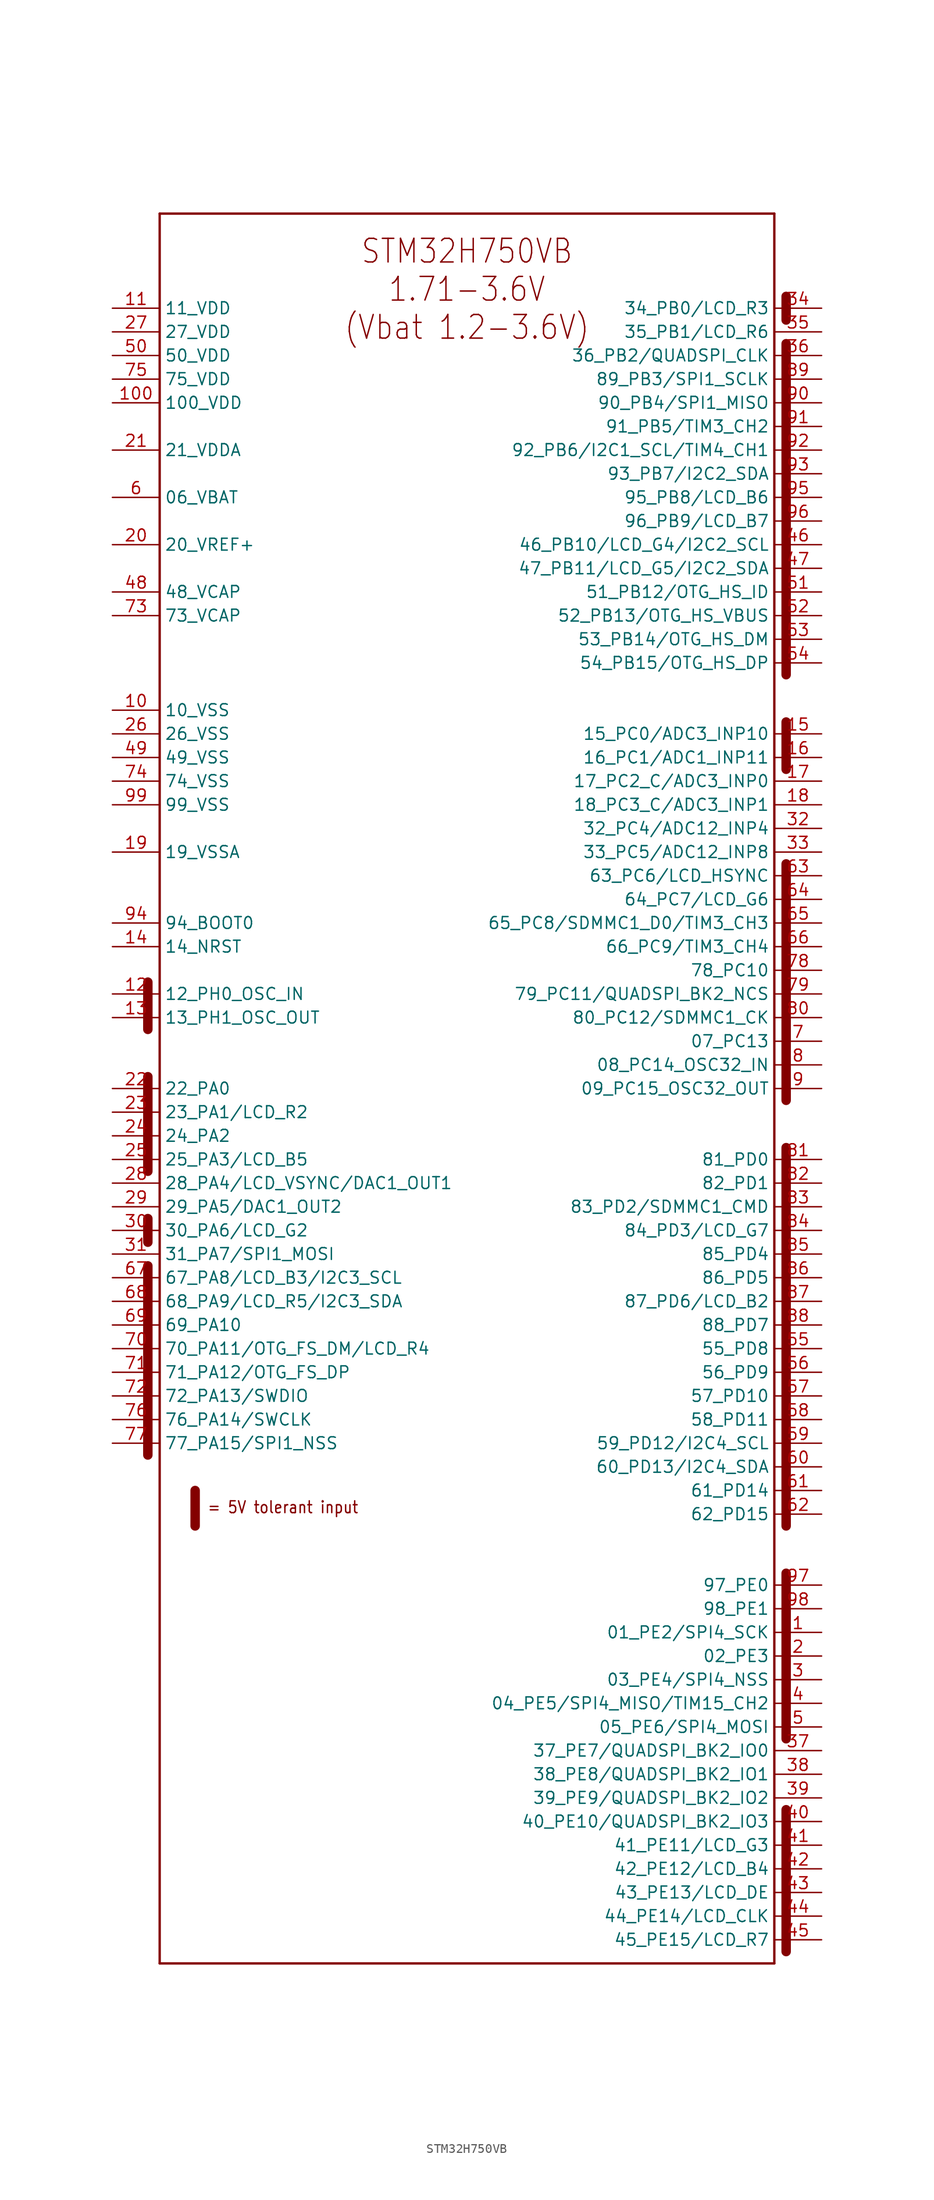
<source format=kicad_sym>
(kicad_symbol_lib
  (version 20220914)
  (generator kicad_symbol_editor)
  (symbol "STM32H750VB"
    (property "Reference" "U"
      (at 0 0 0)
      (effects (font (size 1.27 1.27)) hide))
    (property "ki_locked" ""
      (at 0 0 0)
      (effects (font (size 1.27 1.27))))
    (symbol "STM32H750VB_1_0"
      (polyline (pts (xy -34.29 -59.69) (xy -34.29 -39.37)) (stroke (width 1.016) (type solid)) (fill (type none)))
      (polyline (pts (xy -34.29 -36.83) (xy -34.29 -34.29)) (stroke (width 1.016) (type solid)) (fill (type none)))
      (polyline (pts (xy -34.29 -29.21) (xy -34.29 -19.05)) (stroke (width 1.016) (type solid)) (fill (type none)))
      (polyline (pts (xy -34.29 -13.97) (xy -34.29 -8.89)) (stroke (width 1.016) (type solid)) (fill (type none)))
      (polyline (pts (xy -33.02 -114.3) (xy -33.02 73.66)) (stroke (width 0.254) (type solid)) (fill (type none)))
      (polyline (pts (xy -33.02 73.66) (xy 33.02 73.66)) (stroke (width 0.254) (type solid)) (fill (type none)))
      (polyline (pts (xy -29.21 -67.31) (xy -29.21 -63.5)) (stroke (width 1.016) (type solid)) (fill (type none)))
      (polyline (pts (xy 33.02 -114.3) (xy -33.02 -114.3)) (stroke (width 0.254) (type solid)) (fill (type none)))
      (polyline (pts (xy 33.02 73.66) (xy 33.02 -114.3)) (stroke (width 0.254) (type solid)) (fill (type none)))
      (polyline (pts (xy 34.29 -113.03) (xy 34.29 -97.79)) (stroke (width 1.016) (type solid)) (fill (type none)))
      (polyline (pts (xy 34.29 -90.17) (xy 34.29 -72.39)) (stroke (width 1.016) (type solid)) (fill (type none)))
      (polyline (pts (xy 34.29 -67.31) (xy 34.29 -26.67)) (stroke (width 1.016) (type solid)) (fill (type none)))
      (polyline (pts (xy 34.29 -21.59) (xy 34.29 3.81)) (stroke (width 1.016) (type solid)) (fill (type none)))
      (polyline (pts (xy 34.29 13.97) (xy 34.29 19.05)) (stroke (width 1.016) (type solid)) (fill (type none)))
      (polyline (pts (xy 34.29 24.13) (xy 34.29 59.69)) (stroke (width 1.016) (type solid)) (fill (type none)))
      (polyline (pts (xy 34.29 62.23) (xy 34.29 64.77)) (stroke (width 1.016) (type solid)) (fill (type none)))
      (text "= 5V tolerant input" (at -27.94 -66.04 0) (effects (font (size 1.27 1.079)) (justify left bottom)))
      (text "STM32H750VB\n1.71-3.6V\n(Vbat 1.2-3.6V)" (at 0 71.12 0) (effects (font (size 2.54 2.159)) (justify top)))
      (pin bidirectional line (at 38.1 -78.74 180) (length 5.08) (name "01_PE2/SPI4_SCK" (effects (font (size 1.27 1.27)))) (number "1" (effects (font (size 1.27 1.27)))))
      (pin bidirectional line (at -38.1 20.32 0) (length 5.08) (name "10_VSS" (effects (font (size 1.27 1.27)))) (number "10" (effects (font (size 1.27 1.27)))))
      (pin bidirectional line (at -38.1 53.34 0) (length 5.08) (name "100_VDD" (effects (font (size 1.27 1.27)))) (number "100" (effects (font (size 1.27 1.27)))))
      (pin bidirectional line (at -38.1 63.5 0) (length 5.08) (name "11_VDD" (effects (font (size 1.27 1.27)))) (number "11" (effects (font (size 1.27 1.27)))))
      (pin bidirectional line (at -38.1 -10.16 0) (length 5.08) (name "12_PH0_OSC_IN" (effects (font (size 1.27 1.27)))) (number "12" (effects (font (size 1.27 1.27)))))
      (pin bidirectional line (at -38.1 -12.7 0) (length 5.08) (name "13_PH1_OSC_OUT" (effects (font (size 1.27 1.27)))) (number "13" (effects (font (size 1.27 1.27)))))
      (pin bidirectional line (at -38.1 -5.08 0) (length 5.08) (name "14_NRST" (effects (font (size 1.27 1.27)))) (number "14" (effects (font (size 1.27 1.27)))))
      (pin bidirectional line (at 38.1 17.78 180) (length 5.08) (name "15_PC0/ADC3_INP10" (effects (font (size 1.27 1.27)))) (number "15" (effects (font (size 1.27 1.27)))))
      (pin bidirectional line (at 38.1 15.24 180) (length 5.08) (name "16_PC1/ADC1_INP11" (effects (font (size 1.27 1.27)))) (number "16" (effects (font (size 1.27 1.27)))))
      (pin bidirectional line (at 38.1 12.7 180) (length 5.08) (name "17_PC2_C/ADC3_INP0" (effects (font (size 1.27 1.27)))) (number "17" (effects (font (size 1.27 1.27)))))
      (pin bidirectional line (at 38.1 10.16 180) (length 5.08) (name "18_PC3_C/ADC3_INP1" (effects (font (size 1.27 1.27)))) (number "18" (effects (font (size 1.27 1.27)))))
      (pin bidirectional line (at -38.1 5.08 0) (length 5.08) (name "19_VSSA" (effects (font (size 1.27 1.27)))) (number "19" (effects (font (size 1.27 1.27)))))
      (pin bidirectional line (at 38.1 -81.28 180) (length 5.08) (name "02_PE3" (effects (font (size 1.27 1.27)))) (number "2" (effects (font (size 1.27 1.27)))))
      (pin bidirectional line (at -38.1 38.1 0) (length 5.08) (name "20_VREF+" (effects (font (size 1.27 1.27)))) (number "20" (effects (font (size 1.27 1.27)))))
      (pin bidirectional line (at -38.1 48.26 0) (length 5.08) (name "21_VDDA" (effects (font (size 1.27 1.27)))) (number "21" (effects (font (size 1.27 1.27)))))
      (pin bidirectional line (at -38.1 -20.32 0) (length 5.08) (name "22_PA0" (effects (font (size 1.27 1.27)))) (number "22" (effects (font (size 1.27 1.27)))))
      (pin bidirectional line (at -38.1 -22.86 0) (length 5.08) (name "23_PA1/LCD_R2" (effects (font (size 1.27 1.27)))) (number "23" (effects (font (size 1.27 1.27)))))
      (pin bidirectional line (at -38.1 -25.4 0) (length 5.08) (name "24_PA2" (effects (font (size 1.27 1.27)))) (number "24" (effects (font (size 1.27 1.27)))))
      (pin bidirectional line (at -38.1 -27.94 0) (length 5.08) (name "25_PA3/LCD_B5" (effects (font (size 1.27 1.27)))) (number "25" (effects (font (size 1.27 1.27)))))
      (pin bidirectional line (at -38.1 17.78 0) (length 5.08) (name "26_VSS" (effects (font (size 1.27 1.27)))) (number "26" (effects (font (size 1.27 1.27)))))
      (pin bidirectional line (at -38.1 60.96 0) (length 5.08) (name "27_VDD" (effects (font (size 1.27 1.27)))) (number "27" (effects (font (size 1.27 1.27)))))
      (pin bidirectional line (at -38.1 -30.48 0) (length 5.08) (name "28_PA4/LCD_VSYNC/DAC1_OUT1" (effects (font (size 1.27 1.27)))) (number "28" (effects (font (size 1.27 1.27)))))
      (pin bidirectional line (at -38.1 -33.02 0) (length 5.08) (name "29_PA5/DAC1_OUT2" (effects (font (size 1.27 1.27)))) (number "29" (effects (font (size 1.27 1.27)))))
      (pin bidirectional line (at 38.1 -83.82 180) (length 5.08) (name "03_PE4/SPI4_NSS" (effects (font (size 1.27 1.27)))) (number "3" (effects (font (size 1.27 1.27)))))
      (pin bidirectional line (at -38.1 -35.56 0) (length 5.08) (name "30_PA6/LCD_G2" (effects (font (size 1.27 1.27)))) (number "30" (effects (font (size 1.27 1.27)))))
      (pin bidirectional line (at -38.1 -38.1 0) (length 5.08) (name "31_PA7/SPI1_MOSI" (effects (font (size 1.27 1.27)))) (number "31" (effects (font (size 1.27 1.27)))))
      (pin bidirectional line (at 38.1 7.62 180) (length 5.08) (name "32_PC4/ADC12_INP4" (effects (font (size 1.27 1.27)))) (number "32" (effects (font (size 1.27 1.27)))))
      (pin bidirectional line (at 38.1 5.08 180) (length 5.08) (name "33_PC5/ADC12_INP8" (effects (font (size 1.27 1.27)))) (number "33" (effects (font (size 1.27 1.27)))))
      (pin bidirectional line (at 38.1 63.5 180) (length 5.08) (name "34_PB0/LCD_R3" (effects (font (size 1.27 1.27)))) (number "34" (effects (font (size 1.27 1.27)))))
      (pin bidirectional line (at 38.1 60.96 180) (length 5.08) (name "35_PB1/LCD_R6" (effects (font (size 1.27 1.27)))) (number "35" (effects (font (size 1.27 1.27)))))
      (pin bidirectional line (at 38.1 58.42 180) (length 5.08) (name "36_PB2/QUADSPI_CLK" (effects (font (size 1.27 1.27)))) (number "36" (effects (font (size 1.27 1.27)))))
      (pin bidirectional line (at 38.1 -91.44 180) (length 5.08) (name "37_PE7/QUADSPI_BK2_IO0" (effects (font (size 1.27 1.27)))) (number "37" (effects (font (size 1.27 1.27)))))
      (pin bidirectional line (at 38.1 -93.98 180) (length 5.08) (name "38_PE8/QUADSPI_BK2_IO1" (effects (font (size 1.27 1.27)))) (number "38" (effects (font (size 1.27 1.27)))))
      (pin bidirectional line (at 38.1 -96.52 180) (length 5.08) (name "39_PE9/QUADSPI_BK2_IO2" (effects (font (size 1.27 1.27)))) (number "39" (effects (font (size 1.27 1.27)))))
      (pin bidirectional line (at 38.1 -86.36 180) (length 5.08) (name "04_PE5/SPI4_MISO/TIM15_CH2" (effects (font (size 1.27 1.27)))) (number "4" (effects (font (size 1.27 1.27)))))
      (pin bidirectional line (at 38.1 -99.06 180) (length 5.08) (name "40_PE10/QUADSPI_BK2_IO3" (effects (font (size 1.27 1.27)))) (number "40" (effects (font (size 1.27 1.27)))))
      (pin bidirectional line (at 38.1 -101.6 180) (length 5.08) (name "41_PE11/LCD_G3" (effects (font (size 1.27 1.27)))) (number "41" (effects (font (size 1.27 1.27)))))
      (pin bidirectional line (at 38.1 -104.14 180) (length 5.08) (name "42_PE12/LCD_B4" (effects (font (size 1.27 1.27)))) (number "42" (effects (font (size 1.27 1.27)))))
      (pin bidirectional line (at 38.1 -106.68 180) (length 5.08) (name "43_PE13/LCD_DE" (effects (font (size 1.27 1.27)))) (number "43" (effects (font (size 1.27 1.27)))))
      (pin bidirectional line (at 38.1 -109.22 180) (length 5.08) (name "44_PE14/LCD_CLK" (effects (font (size 1.27 1.27)))) (number "44" (effects (font (size 1.27 1.27)))))
      (pin bidirectional line (at 38.1 -111.76 180) (length 5.08) (name "45_PE15/LCD_R7" (effects (font (size 1.27 1.27)))) (number "45" (effects (font (size 1.27 1.27)))))
      (pin bidirectional line (at 38.1 38.1 180) (length 5.08) (name "46_PB10/LCD_G4/I2C2_SCL" (effects (font (size 1.27 1.27)))) (number "46" (effects (font (size 1.27 1.27)))))
      (pin bidirectional line (at 38.1 35.56 180) (length 5.08) (name "47_PB11/LCD_G5/I2C2_SDA" (effects (font (size 1.27 1.27)))) (number "47" (effects (font (size 1.27 1.27)))))
      (pin bidirectional line (at -38.1 33.02 0) (length 5.08) (name "48_VCAP" (effects (font (size 1.27 1.27)))) (number "48" (effects (font (size 1.27 1.27)))))
      (pin bidirectional line (at -38.1 15.24 0) (length 5.08) (name "49_VSS" (effects (font (size 1.27 1.27)))) (number "49" (effects (font (size 1.27 1.27)))))
      (pin bidirectional line (at 38.1 -88.9 180) (length 5.08) (name "05_PE6/SPI4_MOSI" (effects (font (size 1.27 1.27)))) (number "5" (effects (font (size 1.27 1.27)))))
      (pin bidirectional line (at -38.1 58.42 0) (length 5.08) (name "50_VDD" (effects (font (size 1.27 1.27)))) (number "50" (effects (font (size 1.27 1.27)))))
      (pin bidirectional line (at 38.1 33.02 180) (length 5.08) (name "51_PB12/OTG_HS_ID" (effects (font (size 1.27 1.27)))) (number "51" (effects (font (size 1.27 1.27)))))
      (pin bidirectional line (at 38.1 30.48 180) (length 5.08) (name "52_PB13/OTG_HS_VBUS" (effects (font (size 1.27 1.27)))) (number "52" (effects (font (size 1.27 1.27)))))
      (pin bidirectional line (at 38.1 27.94 180) (length 5.08) (name "53_PB14/OTG_HS_DM" (effects (font (size 1.27 1.27)))) (number "53" (effects (font (size 1.27 1.27)))))
      (pin bidirectional line (at 38.1 25.4 180) (length 5.08) (name "54_PB15/OTG_HS_DP" (effects (font (size 1.27 1.27)))) (number "54" (effects (font (size 1.27 1.27)))))
      (pin bidirectional line (at 38.1 -48.26 180) (length 5.08) (name "55_PD8" (effects (font (size 1.27 1.27)))) (number "55" (effects (font (size 1.27 1.27)))))
      (pin bidirectional line (at 38.1 -50.8 180) (length 5.08) (name "56_PD9" (effects (font (size 1.27 1.27)))) (number "56" (effects (font (size 1.27 1.27)))))
      (pin bidirectional line (at 38.1 -53.34 180) (length 5.08) (name "57_PD10" (effects (font (size 1.27 1.27)))) (number "57" (effects (font (size 1.27 1.27)))))
      (pin bidirectional line (at 38.1 -55.88 180) (length 5.08) (name "58_PD11" (effects (font (size 1.27 1.27)))) (number "58" (effects (font (size 1.27 1.27)))))
      (pin bidirectional line (at 38.1 -58.42 180) (length 5.08) (name "59_PD12/I2C4_SCL" (effects (font (size 1.27 1.27)))) (number "59" (effects (font (size 1.27 1.27)))))
      (pin bidirectional line (at -38.1 43.18 0) (length 5.08) (name "06_VBAT" (effects (font (size 1.27 1.27)))) (number "6" (effects (font (size 1.27 1.27)))))
      (pin bidirectional line (at 38.1 -60.96 180) (length 5.08) (name "60_PD13/I2C4_SDA" (effects (font (size 1.27 1.27)))) (number "60" (effects (font (size 1.27 1.27)))))
      (pin bidirectional line (at 38.1 -63.5 180) (length 5.08) (name "61_PD14" (effects (font (size 1.27 1.27)))) (number "61" (effects (font (size 1.27 1.27)))))
      (pin bidirectional line (at 38.1 -66.04 180) (length 5.08) (name "62_PD15" (effects (font (size 1.27 1.27)))) (number "62" (effects (font (size 1.27 1.27)))))
      (pin bidirectional line (at 38.1 2.54 180) (length 5.08) (name "63_PC6/LCD_HSYNC" (effects (font (size 1.27 1.27)))) (number "63" (effects (font (size 1.27 1.27)))))
      (pin bidirectional line (at 38.1 0 180) (length 5.08) (name "64_PC7/LCD_G6" (effects (font (size 1.27 1.27)))) (number "64" (effects (font (size 1.27 1.27)))))
      (pin bidirectional line (at 38.1 -2.54 180) (length 5.08) (name "65_PC8/SDMMC1_D0/TIM3_CH3" (effects (font (size 1.27 1.27)))) (number "65" (effects (font (size 1.27 1.27)))))
      (pin bidirectional line (at 38.1 -5.08 180) (length 5.08) (name "66_PC9/TIM3_CH4" (effects (font (size 1.27 1.27)))) (number "66" (effects (font (size 1.27 1.27)))))
      (pin bidirectional line (at -38.1 -40.64 0) (length 5.08) (name "67_PA8/LCD_B3/I2C3_SCL" (effects (font (size 1.27 1.27)))) (number "67" (effects (font (size 1.27 1.27)))))
      (pin bidirectional line (at -38.1 -43.18 0) (length 5.08) (name "68_PA9/LCD_R5/I2C3_SDA" (effects (font (size 1.27 1.27)))) (number "68" (effects (font (size 1.27 1.27)))))
      (pin bidirectional line (at -38.1 -45.72 0) (length 5.08) (name "69_PA10" (effects (font (size 1.27 1.27)))) (number "69" (effects (font (size 1.27 1.27)))))
      (pin bidirectional line (at 38.1 -15.24 180) (length 5.08) (name "07_PC13" (effects (font (size 1.27 1.27)))) (number "7" (effects (font (size 1.27 1.27)))))
      (pin bidirectional line (at -38.1 -48.26 0) (length 5.08) (name "70_PA11/OTG_FS_DM/LCD_R4" (effects (font (size 1.27 1.27)))) (number "70" (effects (font (size 1.27 1.27)))))
      (pin bidirectional line (at -38.1 -50.8 0) (length 5.08) (name "71_PA12/OTG_FS_DP" (effects (font (size 1.27 1.27)))) (number "71" (effects (font (size 1.27 1.27)))))
      (pin bidirectional line (at -38.1 -53.34 0) (length 5.08) (name "72_PA13/SWDIO" (effects (font (size 1.27 1.27)))) (number "72" (effects (font (size 1.27 1.27)))))
      (pin bidirectional line (at -38.1 30.48 0) (length 5.08) (name "73_VCAP" (effects (font (size 1.27 1.27)))) (number "73" (effects (font (size 1.27 1.27)))))
      (pin bidirectional line (at -38.1 12.7 0) (length 5.08) (name "74_VSS" (effects (font (size 1.27 1.27)))) (number "74" (effects (font (size 1.27 1.27)))))
      (pin bidirectional line (at -38.1 55.88 0) (length 5.08) (name "75_VDD" (effects (font (size 1.27 1.27)))) (number "75" (effects (font (size 1.27 1.27)))))
      (pin bidirectional line (at -38.1 -55.88 0) (length 5.08) (name "76_PA14/SWCLK" (effects (font (size 1.27 1.27)))) (number "76" (effects (font (size 1.27 1.27)))))
      (pin bidirectional line (at -38.1 -58.42 0) (length 5.08) (name "77_PA15/SPI1_NSS" (effects (font (size 1.27 1.27)))) (number "77" (effects (font (size 1.27 1.27)))))
      (pin bidirectional line (at 38.1 -7.62 180) (length 5.08) (name "78_PC10" (effects (font (size 1.27 1.27)))) (number "78" (effects (font (size 1.27 1.27)))))
      (pin bidirectional line (at 38.1 -10.16 180) (length 5.08) (name "79_PC11/QUADSPI_BK2_NCS" (effects (font (size 1.27 1.27)))) (number "79" (effects (font (size 1.27 1.27)))))
      (pin bidirectional line (at 38.1 -17.78 180) (length 5.08) (name "08_PC14_OSC32_IN" (effects (font (size 1.27 1.27)))) (number "8" (effects (font (size 1.27 1.27)))))
      (pin bidirectional line (at 38.1 -12.7 180) (length 5.08) (name "80_PC12/SDMMC1_CK" (effects (font (size 1.27 1.27)))) (number "80" (effects (font (size 1.27 1.27)))))
      (pin bidirectional line (at 38.1 -27.94 180) (length 5.08) (name "81_PD0" (effects (font (size 1.27 1.27)))) (number "81" (effects (font (size 1.27 1.27)))))
      (pin bidirectional line (at 38.1 -30.48 180) (length 5.08) (name "82_PD1" (effects (font (size 1.27 1.27)))) (number "82" (effects (font (size 1.27 1.27)))))
      (pin bidirectional line (at 38.1 -33.02 180) (length 5.08) (name "83_PD2/SDMMC1_CMD" (effects (font (size 1.27 1.27)))) (number "83" (effects (font (size 1.27 1.27)))))
      (pin bidirectional line (at 38.1 -35.56 180) (length 5.08) (name "84_PD3/LCD_G7" (effects (font (size 1.27 1.27)))) (number "84" (effects (font (size 1.27 1.27)))))
      (pin bidirectional line (at 38.1 -38.1 180) (length 5.08) (name "85_PD4" (effects (font (size 1.27 1.27)))) (number "85" (effects (font (size 1.27 1.27)))))
      (pin bidirectional line (at 38.1 -40.64 180) (length 5.08) (name "86_PD5" (effects (font (size 1.27 1.27)))) (number "86" (effects (font (size 1.27 1.27)))))
      (pin bidirectional line (at 38.1 -43.18 180) (length 5.08) (name "87_PD6/LCD_B2" (effects (font (size 1.27 1.27)))) (number "87" (effects (font (size 1.27 1.27)))))
      (pin bidirectional line (at 38.1 -45.72 180) (length 5.08) (name "88_PD7" (effects (font (size 1.27 1.27)))) (number "88" (effects (font (size 1.27 1.27)))))
      (pin bidirectional line (at 38.1 55.88 180) (length 5.08) (name "89_PB3/SPI1_SCLK" (effects (font (size 1.27 1.27)))) (number "89" (effects (font (size 1.27 1.27)))))
      (pin bidirectional line (at 38.1 -20.32 180) (length 5.08) (name "09_PC15_OSC32_OUT" (effects (font (size 1.27 1.27)))) (number "9" (effects (font (size 1.27 1.27)))))
      (pin bidirectional line (at 38.1 53.34 180) (length 5.08) (name "90_PB4/SPI1_MISO" (effects (font (size 1.27 1.27)))) (number "90" (effects (font (size 1.27 1.27)))))
      (pin bidirectional line (at 38.1 50.8 180) (length 5.08) (name "91_PB5/TIM3_CH2" (effects (font (size 1.27 1.27)))) (number "91" (effects (font (size 1.27 1.27)))))
      (pin bidirectional line (at 38.1 48.26 180) (length 5.08) (name "92_PB6/I2C1_SCL/TIM4_CH1" (effects (font (size 1.27 1.27)))) (number "92" (effects (font (size 1.27 1.27)))))
      (pin bidirectional line (at 38.1 45.72 180) (length 5.08) (name "93_PB7/I2C2_SDA" (effects (font (size 1.27 1.27)))) (number "93" (effects (font (size 1.27 1.27)))))
      (pin bidirectional line (at -38.1 -2.54 0) (length 5.08) (name "94_BOOT0" (effects (font (size 1.27 1.27)))) (number "94" (effects (font (size 1.27 1.27)))))
      (pin bidirectional line (at 38.1 43.18 180) (length 5.08) (name "95_PB8/LCD_B6" (effects (font (size 1.27 1.27)))) (number "95" (effects (font (size 1.27 1.27)))))
      (pin bidirectional line (at 38.1 40.64 180) (length 5.08) (name "96_PB9/LCD_B7" (effects (font (size 1.27 1.27)))) (number "96" (effects (font (size 1.27 1.27)))))
      (pin bidirectional line (at 38.1 -73.66 180) (length 5.08) (name "97_PE0" (effects (font (size 1.27 1.27)))) (number "97" (effects (font (size 1.27 1.27)))))
      (pin bidirectional line (at 38.1 -76.2 180) (length 5.08) (name "98_PE1" (effects (font (size 1.27 1.27)))) (number "98" (effects (font (size 1.27 1.27)))))
      (pin bidirectional line (at -38.1 10.16 0) (length 5.08) (name "99_VSS" (effects (font (size 1.27 1.27)))) (number "99" (effects (font (size 1.27 1.27))))))))
</source>
